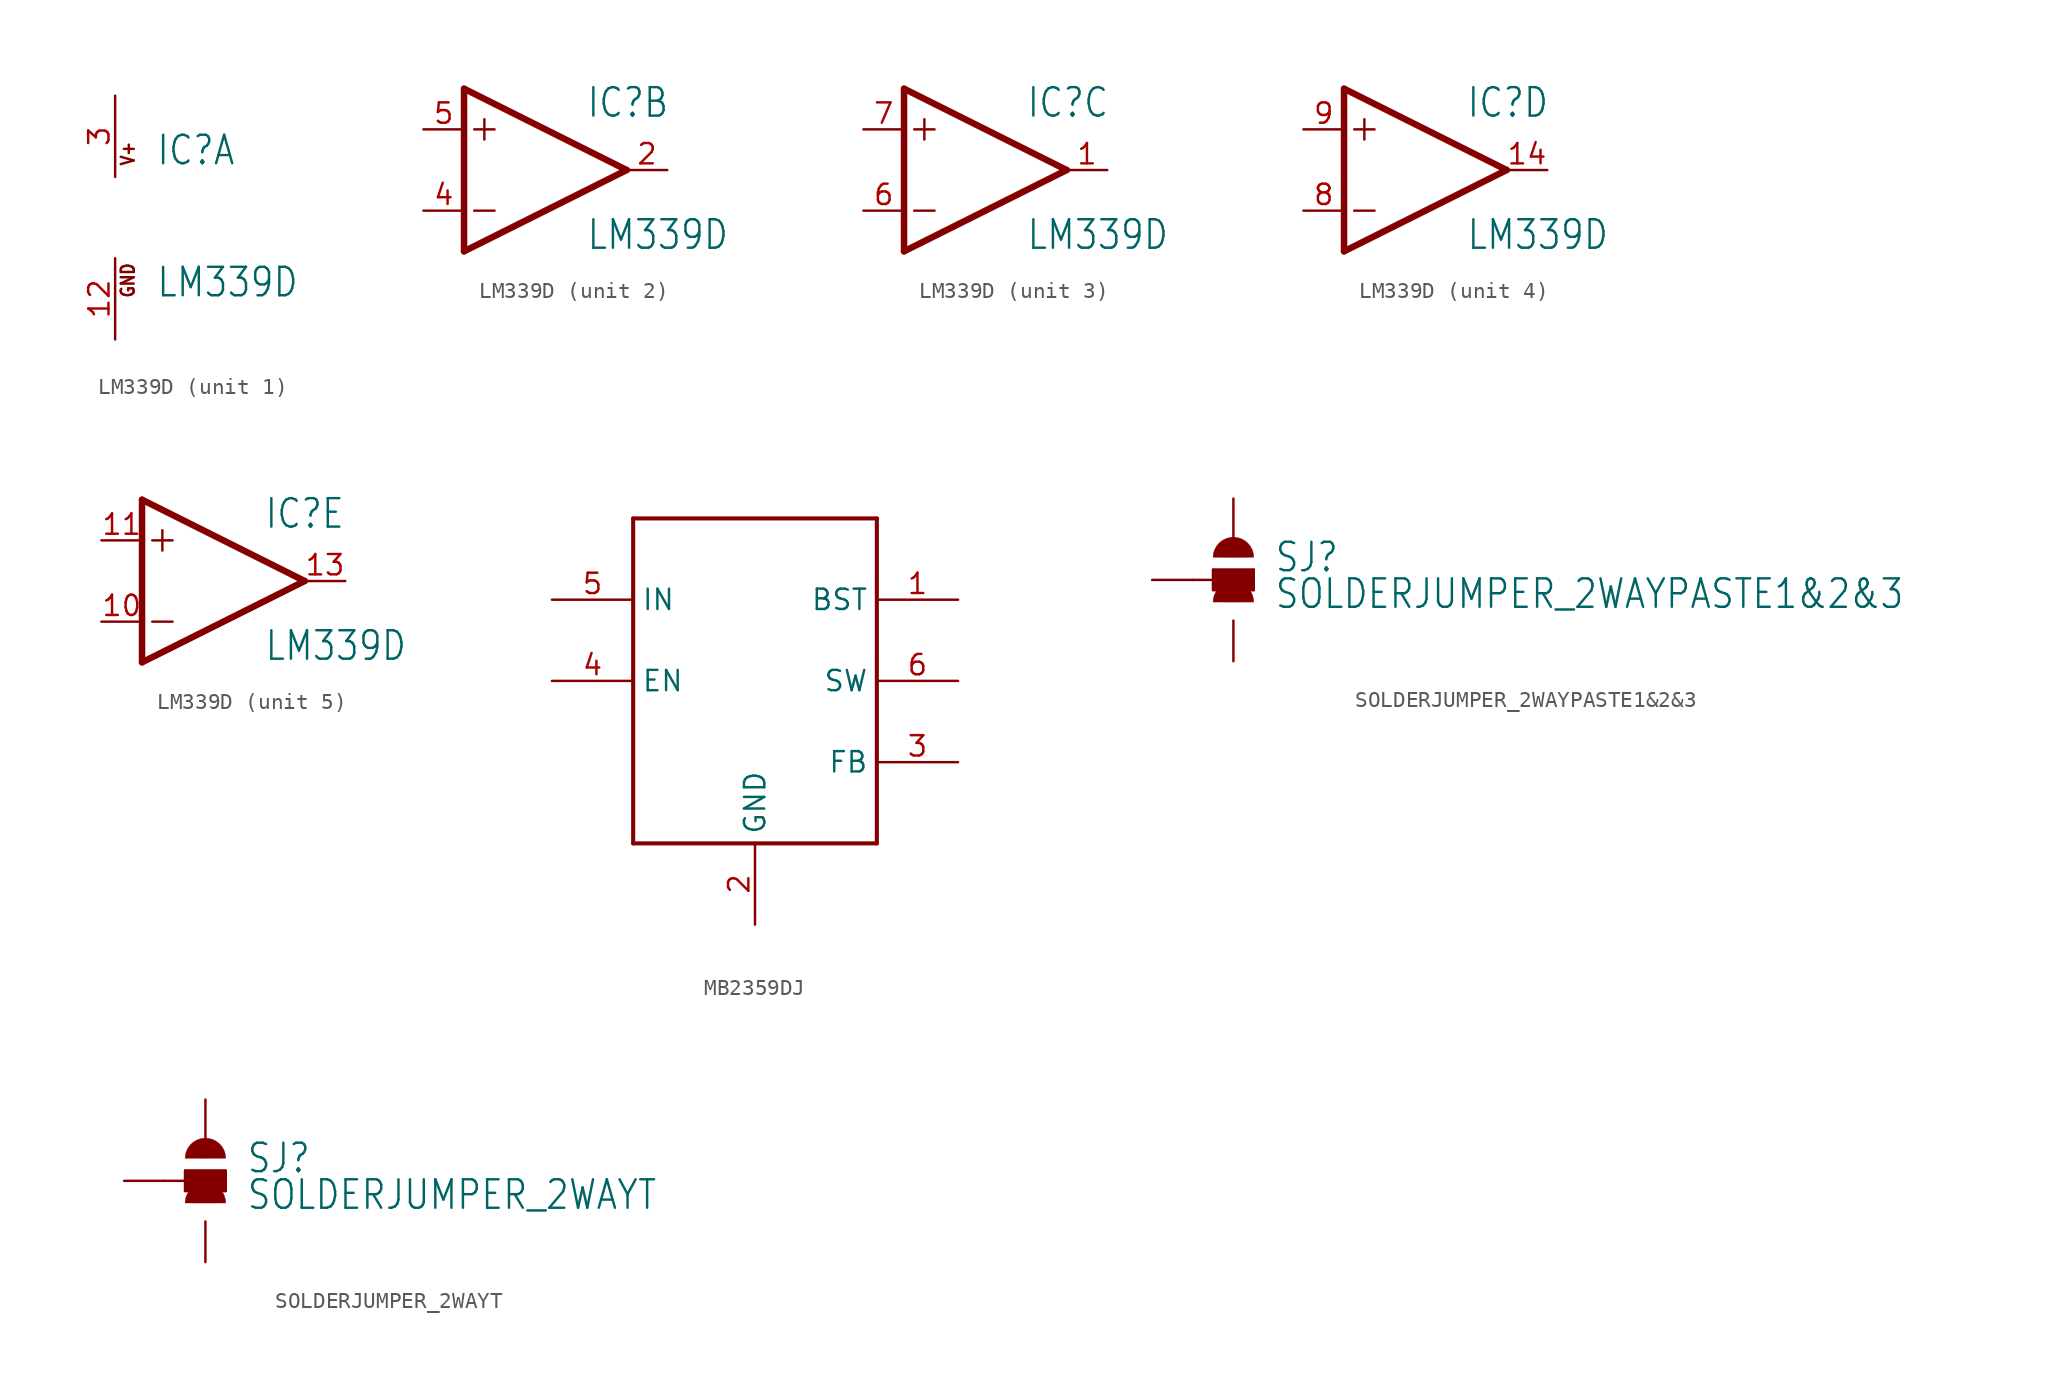
<source format=kicad_sym>
(kicad_symbol_lib
  (version 20211014)
  (generator kicad_symbol_editor)
  (symbol "LM339D"
    (property "Reference" "IC"
      (at 2.54 3.175 0)
      (effects (font (size 1.778 1.511)) (justify left bottom)))
    (property "Value" "LM339D"
      (at 2.54 -5.08 0)
      (effects (font (size 1.778 1.511)) (justify left bottom)))
    (property "ki_locked" ""
      (at 0 0 0)
      (effects (font (size 1.27 1.27))))
    (symbol "LM339D_1_0"
      (text "GND" (at 1.27 -5.08 900) (effects (font (size 0.813 0.691)) (justify left bottom)))
      (text "V+" (at 1.27 3.175 900) (effects (font (size 0.813 0.691)) (justify left bottom)))
      (pin power_in line (at 0 -7.62 90) (length 5.08) (name "GND" (effects (font (size 0 0)))) (number "12" (effects (font (size 1.27 1.27)))))
      (pin power_in line (at 0 7.62 270) (length 5.08) (name "V+" (effects (font (size 0 0)))) (number "3" (effects (font (size 1.27 1.27))))))
    (symbol "LM339D_2_0"
      (polyline (pts (xy -5.08 -5.08) (xy 5.08 0)) (stroke (width 0.406) (type default) (color 0 0 0 0)) (fill (type none)))
      (polyline (pts (xy -5.08 5.08) (xy -5.08 -5.08)) (stroke (width 0.406) (type default) (color 0 0 0 0)) (fill (type none)))
      (polyline (pts (xy -4.445 -2.54) (xy -3.175 -2.54)) (stroke (width 0.152) (type default) (color 0 0 0 0)) (fill (type none)))
      (polyline (pts (xy -4.445 2.54) (xy -3.175 2.54)) (stroke (width 0.152) (type default) (color 0 0 0 0)) (fill (type none)))
      (polyline (pts (xy -3.81 3.175) (xy -3.81 1.905)) (stroke (width 0.152) (type default) (color 0 0 0 0)) (fill (type none)))
      (polyline (pts (xy 5.08 0) (xy -5.08 5.08)) (stroke (width 0.406) (type default) (color 0 0 0 0)) (fill (type none)))
      (pin open_collector line (at 7.62 0 180) (length 2.54) (name "OUT" (effects (font (size 0 0)))) (number "2" (effects (font (size 1.27 1.27)))))
      (pin input line (at -7.62 -2.54 0) (length 2.54) (name "-IN" (effects (font (size 0 0)))) (number "4" (effects (font (size 1.27 1.27)))))
      (pin input line (at -7.62 2.54 0) (length 2.54) (name "+IN" (effects (font (size 0 0)))) (number "5" (effects (font (size 1.27 1.27))))))
    (symbol "LM339D_3_0"
      (polyline (pts (xy -5.08 -5.08) (xy 5.08 0)) (stroke (width 0.406) (type default) (color 0 0 0 0)) (fill (type none)))
      (polyline (pts (xy -5.08 5.08) (xy -5.08 -5.08)) (stroke (width 0.406) (type default) (color 0 0 0 0)) (fill (type none)))
      (polyline (pts (xy -4.445 -2.54) (xy -3.175 -2.54)) (stroke (width 0.152) (type default) (color 0 0 0 0)) (fill (type none)))
      (polyline (pts (xy -4.445 2.54) (xy -3.175 2.54)) (stroke (width 0.152) (type default) (color 0 0 0 0)) (fill (type none)))
      (polyline (pts (xy -3.81 3.175) (xy -3.81 1.905)) (stroke (width 0.152) (type default) (color 0 0 0 0)) (fill (type none)))
      (polyline (pts (xy 5.08 0) (xy -5.08 5.08)) (stroke (width 0.406) (type default) (color 0 0 0 0)) (fill (type none)))
      (pin open_collector line (at 7.62 0 180) (length 2.54) (name "OUT" (effects (font (size 0 0)))) (number "1" (effects (font (size 1.27 1.27)))))
      (pin input line (at -7.62 -2.54 0) (length 2.54) (name "-IN" (effects (font (size 0 0)))) (number "6" (effects (font (size 1.27 1.27)))))
      (pin input line (at -7.62 2.54 0) (length 2.54) (name "+IN" (effects (font (size 0 0)))) (number "7" (effects (font (size 1.27 1.27))))))
    (symbol "LM339D_4_0"
      (polyline (pts (xy -5.08 -5.08) (xy 5.08 0)) (stroke (width 0.406) (type default) (color 0 0 0 0)) (fill (type none)))
      (polyline (pts (xy -5.08 5.08) (xy -5.08 -5.08)) (stroke (width 0.406) (type default) (color 0 0 0 0)) (fill (type none)))
      (polyline (pts (xy -4.445 -2.54) (xy -3.175 -2.54)) (stroke (width 0.152) (type default) (color 0 0 0 0)) (fill (type none)))
      (polyline (pts (xy -4.445 2.54) (xy -3.175 2.54)) (stroke (width 0.152) (type default) (color 0 0 0 0)) (fill (type none)))
      (polyline (pts (xy -3.81 3.175) (xy -3.81 1.905)) (stroke (width 0.152) (type default) (color 0 0 0 0)) (fill (type none)))
      (polyline (pts (xy 5.08 0) (xy -5.08 5.08)) (stroke (width 0.406) (type default) (color 0 0 0 0)) (fill (type none)))
      (pin open_collector line (at 7.62 0 180) (length 2.54) (name "OUT" (effects (font (size 0 0)))) (number "14" (effects (font (size 1.27 1.27)))))
      (pin input line (at -7.62 -2.54 0) (length 2.54) (name "-IN" (effects (font (size 0 0)))) (number "8" (effects (font (size 1.27 1.27)))))
      (pin input line (at -7.62 2.54 0) (length 2.54) (name "+IN" (effects (font (size 0 0)))) (number "9" (effects (font (size 1.27 1.27))))))
    (symbol "LM339D_5_0"
      (polyline (pts (xy -5.08 -5.08) (xy 5.08 0)) (stroke (width 0.406) (type default) (color 0 0 0 0)) (fill (type none)))
      (polyline (pts (xy -5.08 5.08) (xy -5.08 -5.08)) (stroke (width 0.406) (type default) (color 0 0 0 0)) (fill (type none)))
      (polyline (pts (xy -4.445 -2.54) (xy -3.175 -2.54)) (stroke (width 0.152) (type default) (color 0 0 0 0)) (fill (type none)))
      (polyline (pts (xy -4.445 2.54) (xy -3.175 2.54)) (stroke (width 0.152) (type default) (color 0 0 0 0)) (fill (type none)))
      (polyline (pts (xy -3.81 3.175) (xy -3.81 1.905)) (stroke (width 0.152) (type default) (color 0 0 0 0)) (fill (type none)))
      (polyline (pts (xy 5.08 0) (xy -5.08 5.08)) (stroke (width 0.406) (type default) (color 0 0 0 0)) (fill (type none)))
      (pin input line (at -7.62 -2.54 0) (length 2.54) (name "-IN" (effects (font (size 0 0)))) (number "10" (effects (font (size 1.27 1.27)))))
      (pin input line (at -7.62 2.54 0) (length 2.54) (name "+IN" (effects (font (size 0 0)))) (number "11" (effects (font (size 1.27 1.27)))))
      (pin open_collector line (at 7.62 0 180) (length 2.54) (name "OUT" (effects (font (size 0 0)))) (number "13" (effects (font (size 1.27 1.27)))))))
  (symbol "MB2359DJ"
    (property "Reference" ""
      (at 0 0 0)
      (effects (font (size 1.27 1.27)) hide))
    (property "ki_locked" ""
      (at 0 0 0)
      (effects (font (size 1.27 1.27))))
    (symbol "MB2359DJ_1_0"
      (polyline (pts (xy -7.62 -10.16) (xy -7.62 10.16)) (stroke (width 0.254) (type default) (color 0 0 0 0)) (fill (type none)))
      (polyline (pts (xy -7.62 10.16) (xy 7.62 10.16)) (stroke (width 0.254) (type default) (color 0 0 0 0)) (fill (type none)))
      (polyline (pts (xy 7.62 -10.16) (xy -7.62 -10.16)) (stroke (width 0.254) (type default) (color 0 0 0 0)) (fill (type none)))
      (polyline (pts (xy 7.62 10.16) (xy 7.62 -10.16)) (stroke (width 0.254) (type default) (color 0 0 0 0)) (fill (type none)))
      (pin power_out line (at 12.7 5.08 180) (length 5.08) (name "BST" (effects (font (size 1.27 1.27)))) (number "1" (effects (font (size 1.27 1.27)))))
      (pin power_in line (at 0 -15.24 90) (length 5.08) (name "GND" (effects (font (size 1.27 1.27)))) (number "2" (effects (font (size 1.27 1.27)))))
      (pin power_out line (at 12.7 -5.08 180) (length 5.08) (name "FB" (effects (font (size 1.27 1.27)))) (number "3" (effects (font (size 1.27 1.27)))))
      (pin input line (at -12.7 0 0) (length 5.08) (name "EN" (effects (font (size 1.27 1.27)))) (number "4" (effects (font (size 1.27 1.27)))))
      (pin power_in line (at -12.7 5.08 0) (length 5.08) (name "IN" (effects (font (size 1.27 1.27)))) (number "5" (effects (font (size 1.27 1.27)))))
      (pin power_out line (at 12.7 0 180) (length 5.08) (name "SW" (effects (font (size 1.27 1.27)))) (number "6" (effects (font (size 1.27 1.27)))))))
  (symbol "SOLDERJUMPER_2WAYPASTE1&2&3"
    (property "Reference" "SJ"
      (at 2.54 0.381 0)
      (effects (font (size 1.778 1.511)) (justify left bottom)))
    (property "Value" "SOLDERJUMPER_2WAYPASTE1&2&3"
      (at 2.54 -1.905 0)
      (effects (font (size 1.778 1.511)) (justify left bottom)))
    (property "ki_locked" ""
      (at 0 0 0)
      (effects (font (size 1.27 1.27))))
    (symbol "SOLDERJUMPER_2WAYPASTE1&2&3_1_0"
      (rectangle (start -1.27 -0.635) (end 1.27 0.635) (stroke (width 0) (type default) (color 0 0 0 0)) (fill (type outline)))
      (polyline (pts (xy -2.54 0) (xy -1.27 0)) (stroke (width 0.152) (type default) (color 0 0 0 0)) (fill (type none)))
      (polyline (pts (xy -1.27 -0.635) (xy -1.27 0)) (stroke (width 0.152) (type default) (color 0 0 0 0)) (fill (type none)))
      (polyline (pts (xy -1.27 0) (xy -1.27 0.635)) (stroke (width 0.152) (type default) (color 0 0 0 0)) (fill (type none)))
      (polyline (pts (xy -1.27 0.635) (xy 1.27 0.635)) (stroke (width 0.152) (type default) (color 0 0 0 0)) (fill (type none)))
      (polyline (pts (xy 1.27 -0.635) (xy -1.27 -0.635)) (stroke (width 0.152) (type default) (color 0 0 0 0)) (fill (type none)))
      (polyline (pts (xy 1.27 0.635) (xy 1.27 -0.635)) (stroke (width 0.152) (type default) (color 0 0 0 0)) (fill (type none)))
      (arc (start 1.27 -1.397) (mid 0 -0.127) (end -1.27 -1.397) (stroke (width 0.0001) (type default) (color 0 0 0 0)) (fill (type outline)))
      (arc (start 1.27 1.397) (mid 0 2.667) (end -1.27 1.397) (stroke (width 0.0001) (type default) (color 0 0 0 0)) (fill (type outline)))
      (pin passive line (at 0 5.08 270) (length 2.54) (name "1" (effects (font (size 0 0)))) (number "1" (effects (font (size 0 0)))))
      (pin passive line (at -5.08 0 0) (length 2.54) (name "2" (effects (font (size 0 0)))) (number "2" (effects (font (size 0 0)))))
      (pin passive line (at 0 -5.08 90) (length 2.54) (name "3" (effects (font (size 0 0)))) (number "3" (effects (font (size 0 0)))))))
  (symbol "SOLDERJUMPER_2WAYT"
    (property "Reference" "SJ"
      (at 2.54 0.381 0)
      (effects (font (size 1.778 1.511)) (justify left bottom)))
    (property "Value" "SOLDERJUMPER_2WAYT"
      (at 2.54 -1.905 0)
      (effects (font (size 1.778 1.511)) (justify left bottom)))
    (property "ki_locked" ""
      (at 0 0 0)
      (effects (font (size 1.27 1.27))))
    (symbol "SOLDERJUMPER_2WAYT_1_0"
      (rectangle (start -1.27 -0.635) (end 1.27 0.635) (stroke (width 0) (type default) (color 0 0 0 0)) (fill (type outline)))
      (polyline (pts (xy -2.54 0) (xy -1.27 0)) (stroke (width 0.152) (type default) (color 0 0 0 0)) (fill (type none)))
      (polyline (pts (xy -1.27 -0.635) (xy -1.27 0)) (stroke (width 0.152) (type default) (color 0 0 0 0)) (fill (type none)))
      (polyline (pts (xy -1.27 0) (xy -1.27 0.635)) (stroke (width 0.152) (type default) (color 0 0 0 0)) (fill (type none)))
      (polyline (pts (xy -1.27 0.635) (xy 1.27 0.635)) (stroke (width 0.152) (type default) (color 0 0 0 0)) (fill (type none)))
      (polyline (pts (xy 1.27 -0.635) (xy -1.27 -0.635)) (stroke (width 0.152) (type default) (color 0 0 0 0)) (fill (type none)))
      (polyline (pts (xy 1.27 0.635) (xy 1.27 -0.635)) (stroke (width 0.152) (type default) (color 0 0 0 0)) (fill (type none)))
      (arc (start 1.27 -1.397) (mid 0 -0.127) (end -1.27 -1.397) (stroke (width 0.0001) (type default) (color 0 0 0 0)) (fill (type outline)))
      (arc (start 1.27 1.397) (mid 0 2.667) (end -1.27 1.397) (stroke (width 0.0001) (type default) (color 0 0 0 0)) (fill (type outline)))
      (pin passive line (at 0 5.08 270) (length 2.54) (name "1" (effects (font (size 0 0)))) (number "1" (effects (font (size 0 0)))))
      (pin passive line (at -5.08 0 0) (length 2.54) (name "2" (effects (font (size 0 0)))) (number "2" (effects (font (size 0 0)))))
      (pin passive line (at 0 -5.08 90) (length 2.54) (name "3" (effects (font (size 0 0)))) (number "3" (effects (font (size 0 0))))))))
</source>
